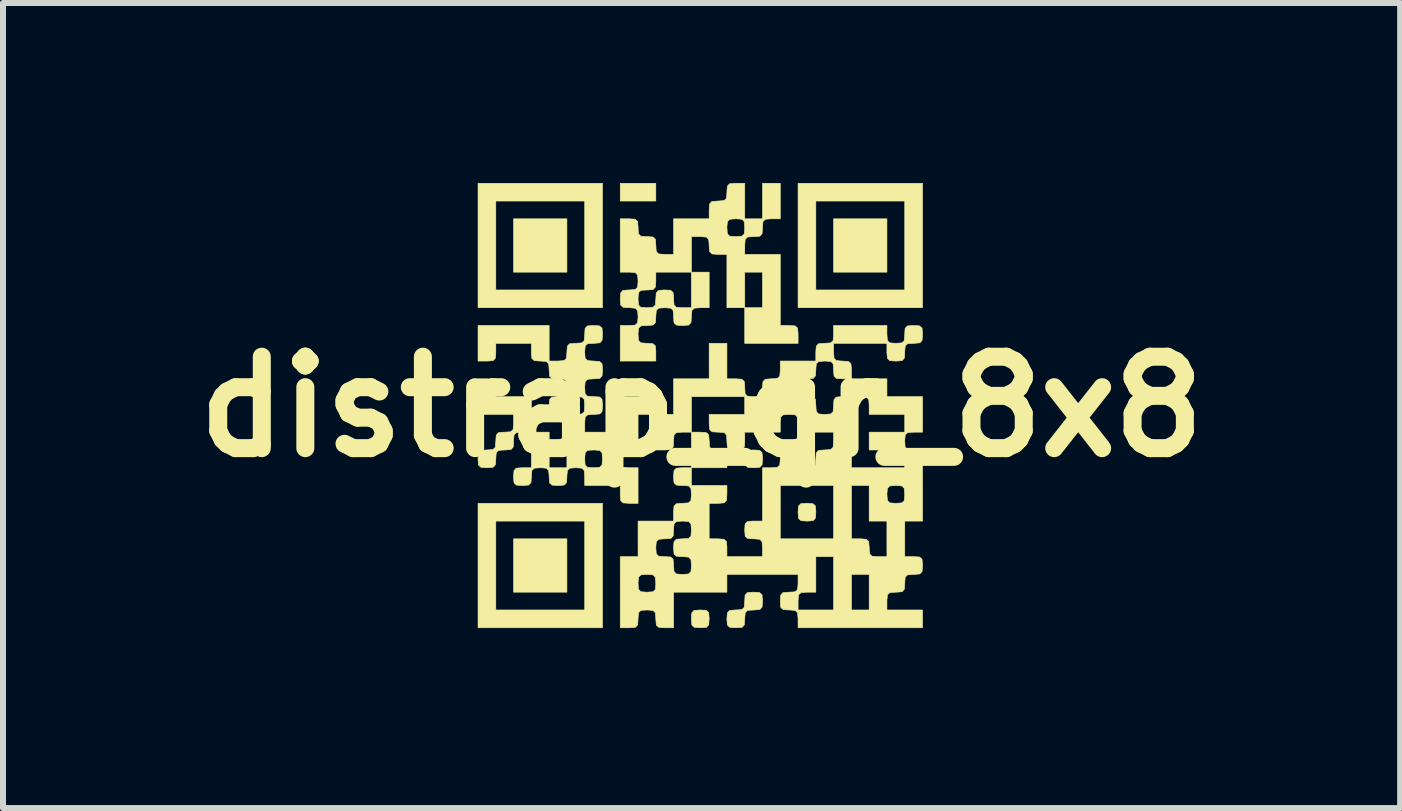
<source format=kicad_pcb>
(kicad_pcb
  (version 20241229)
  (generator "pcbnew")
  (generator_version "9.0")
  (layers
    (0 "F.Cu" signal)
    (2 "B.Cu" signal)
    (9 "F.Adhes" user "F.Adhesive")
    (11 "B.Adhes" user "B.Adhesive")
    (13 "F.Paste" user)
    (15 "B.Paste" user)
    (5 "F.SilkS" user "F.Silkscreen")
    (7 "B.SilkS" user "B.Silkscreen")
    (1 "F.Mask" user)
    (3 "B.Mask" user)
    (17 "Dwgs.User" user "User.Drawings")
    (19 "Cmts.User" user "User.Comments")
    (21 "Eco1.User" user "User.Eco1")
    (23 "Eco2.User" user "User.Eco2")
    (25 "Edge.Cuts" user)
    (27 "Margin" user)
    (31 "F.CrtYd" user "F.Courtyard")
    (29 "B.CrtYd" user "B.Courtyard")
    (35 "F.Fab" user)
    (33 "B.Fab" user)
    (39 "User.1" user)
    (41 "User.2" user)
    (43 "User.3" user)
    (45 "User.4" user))
  (footprint "distrap_qr_8x8"
    (layer "F.Cu")
    (at 8.643 3.73)
    (property "Reference" "distrap_qr_8x8" (at 0 0 0) (layer "F.SilkS") (effects (font (size 1.524 1.524) (thickness 0.3))))
    (attr through_hole)
    (fp_poly (pts (xy -2.244 -2.244) (xy -3.133 -2.244) (xy -3.133 -3.133) (xy -2.244 -3.133) (xy -2.244 -2.244)) (stroke (width 0.01) (type solid)) (fill yes) (layer "F.SilkS"))
    (fp_poly (pts (xy -2.244 3.09) (xy -3.133 3.09) (xy -3.133 2.201) (xy -2.244 2.201) (xy -2.244 3.09)) (stroke (width 0.01) (type solid)) (fill yes) (layer "F.SilkS"))
    (fp_poly (pts (xy -0.762 -3.429) (xy -1.355 -3.429) (xy -1.355 -3.725) (xy -0.762 -3.725) (xy -0.762 -3.429)) (stroke (width 0.01) (type solid)) (fill yes) (layer "F.SilkS"))
    (fp_poly (pts (xy 3.09 -2.244) (xy 2.201 -2.244) (xy 2.201 -3.133) (xy 3.09 -3.133) (xy 3.09 -2.244)) (stroke (width 0.01) (type solid)) (fill yes) (layer "F.SilkS"))
    (fp_poly (pts (xy -1.651 -1.651) (xy -3.725 -1.651) (xy -3.725 -3.429) (xy -3.429 -3.429) (xy -3.429 -1.947) (xy -1.947 -1.947) (xy -1.947 -3.429) (xy -3.429 -3.429) (xy -3.725 -3.429) (xy -3.725 -3.725) (xy -1.651 -3.725) (xy -1.651 -1.651)) (stroke (width 0.01) (type solid)) (fill yes) (layer "F.SilkS"))
    (fp_poly (pts (xy -1.651 3.683) (xy -3.725 3.683) (xy -3.725 1.905) (xy -3.429 1.905) (xy -3.429 3.387) (xy -1.947 3.387) (xy -1.947 1.905) (xy -3.429 1.905) (xy -3.725 1.905) (xy -3.725 1.609) (xy -1.651 1.609) (xy -1.651 3.683)) (stroke (width 0.01) (type solid)) (fill yes) (layer "F.SilkS"))
    (fp_poly (pts (xy 3.683 -1.651) (xy 1.609 -1.651) (xy 1.609 -3.429) (xy 1.905 -3.429) (xy 1.905 -1.947) (xy 3.387 -1.947) (xy 3.387 -3.429) (xy 1.905 -3.429) (xy 1.609 -3.429) (xy 1.609 -3.725) (xy 3.683 -3.725) (xy 3.683 -1.651)) (stroke (width 0.01) (type solid)) (fill yes) (layer "F.SilkS"))
    (fp_poly (pts (xy 0.078 3.393) (xy 0.119 3.43) (xy 0.127 3.524) (xy 0.127 3.535) (xy 0.12 3.634) (xy 0.083 3.675) (xy -0.01 3.683) (xy -0.021 3.683) (xy -0.12 3.676) (xy -0.161 3.639) (xy -0.169 3.546) (xy -0.169 3.535) (xy -0.163 3.436) (xy -0.126 3.395) (xy -0.032 3.387) (xy -0.021 3.387) (xy 0.078 3.393)) (stroke (width 0.01) (type solid)) (fill yes) (layer "F.SilkS"))
    (fp_poly (pts (xy 0.967 0.726) (xy 1.008 0.763) (xy 1.016 0.857) (xy 1.016 0.868) (xy 1.009 0.967) (xy 0.972 1.008) (xy 0.879 1.016) (xy 0.868 1.016) (xy 0.769 1.009) (xy 0.728 0.972) (xy 0.72 0.879) (xy 0.72 0.868) (xy 0.726 0.769) (xy 0.763 0.728) (xy 0.857 0.72) (xy 0.868 0.72) (xy 0.967 0.726)) (stroke (width 0.01) (type solid)) (fill yes) (layer "F.SilkS"))
    (fp_poly (pts (xy 1.856 1.615) (xy 1.897 1.652) (xy 1.905 1.746) (xy 1.905 1.757) (xy 1.898 1.856) (xy 1.861 1.897) (xy 1.768 1.905) (xy 1.757 1.905) (xy 1.658 1.898) (xy 1.617 1.861) (xy 1.609 1.768) (xy 1.609 1.757) (xy 1.615 1.658) (xy 1.652 1.617) (xy 1.746 1.609) (xy 1.757 1.609) (xy 1.856 1.615)) (stroke (width 0.01) (type solid)) (fill yes) (layer "F.SilkS"))
    (fp_poly (pts (xy 0.967 3.097) (xy 1.008 3.134) (xy 1.016 3.227) (xy 1.016 3.239) (xy 1.009 3.338) (xy 0.972 3.379) (xy 0.879 3.387) (xy 0.868 3.387) (xy 0.769 3.393) (xy 0.728 3.43) (xy 0.72 3.524) (xy 0.72 3.535) (xy 0.713 3.634) (xy 0.676 3.675) (xy 0.583 3.683) (xy 0.572 3.683) (xy 0.472 3.676) (xy 0.431 3.639) (xy 0.423 3.546) (xy 0.423 3.535) (xy 0.43 3.436) (xy 0.467 3.395) (xy 0.56 3.387) (xy 0.572 3.387) (xy 0.671 3.38) (xy 0.712 3.343) (xy 0.72 3.25) (xy 0.72 3.239) (xy 0.726 3.139) (xy 0.763 3.098) (xy 0.857 3.09) (xy 0.868 3.09) (xy 0.967 3.097)) (stroke (width 0.01) (type solid)) (fill yes) (layer "F.SilkS"))
    (fp_poly (pts (xy -3.478 -0.459) (xy -3.437 -0.422) (xy -3.429 -0.329) (xy -3.429 -0.318) (xy -3.429 -0.169) (xy -2.836 -0.169) (xy -2.836 0.423) (xy -2.985 0.423) (xy -3.084 0.43) (xy -3.125 0.467) (xy -3.133 0.56) (xy -3.133 0.572) (xy -3.139 0.671) (xy -3.176 0.712) (xy -3.27 0.72) (xy -3.281 0.72) (xy -3.38 0.726) (xy -3.421 0.763) (xy -3.429 0.857) (xy -3.429 0.868) (xy -3.436 0.967) (xy -3.473 1.008) (xy -3.566 1.016) (xy -3.577 1.016) (xy -3.676 1.009) (xy -3.717 0.972) (xy -3.725 0.879) (xy -3.725 0.868) (xy -3.719 0.769) (xy -3.682 0.728) (xy -3.588 0.72) (xy -3.577 0.72) (xy -3.478 0.713) (xy -3.437 0.676) (xy -3.429 0.583) (xy -3.429 0.572) (xy -3.422 0.472) (xy -3.385 0.431) (xy -3.292 0.423) (xy -3.281 0.423) (xy -3.182 0.417) (xy -3.141 0.38) (xy -3.133 0.286) (xy -3.133 0.275) (xy -3.133 0.127) (xy -3.725 0.127) (xy -3.725 -0.466) (xy -3.577 -0.466) (xy -3.478 -0.459)) (stroke (width 0.01) (type solid)) (fill yes) (layer "F.SilkS"))
    (fp_poly (pts (xy 0.127 -2.244) (xy 0.127 -1.651) (xy -0.021 -1.651) (xy -0.12 -1.644) (xy -0.161 -1.607) (xy -0.169 -1.514) (xy -0.169 -1.503) (xy -0.176 -1.404) (xy -0.213 -1.363) (xy -0.306 -1.355) (xy -0.318 -1.355) (xy -0.417 -1.361) (xy -0.458 -1.398) (xy -0.466 -1.492) (xy -0.466 -1.503) (xy -0.472 -1.602) (xy -0.509 -1.643) (xy -0.603 -1.651) (xy -0.614 -1.651) (xy -0.713 -1.644) (xy -0.754 -1.607) (xy -0.762 -1.514) (xy -0.762 -1.503) (xy -0.769 -1.404) (xy -0.806 -1.363) (xy -0.899 -1.355) (xy -0.91 -1.355) (xy -1.009 -1.348) (xy -1.05 -1.311) (xy -1.058 -1.218) (xy -1.058 -1.206) (xy -1.052 -1.107) (xy -1.015 -1.066) (xy -0.921 -1.058) (xy -0.91 -1.058) (xy -0.811 -1.052) (xy -0.77 -1.015) (xy -0.762 -0.921) (xy -0.762 -0.91) (xy -0.762 -0.762) (xy -1.355 -0.762) (xy -1.355 -1.355) (xy -1.206 -1.355) (xy -1.107 -1.361) (xy -1.066 -1.398) (xy -1.058 -1.492) (xy -1.058 -1.503) (xy -1.065 -1.602) (xy -1.102 -1.643) (xy -1.195 -1.651) (xy -1.206 -1.651) (xy -1.306 -1.658) (xy -1.347 -1.695) (xy -1.355 -1.788) (xy -1.355 -1.799) (xy -1.058 -1.799) (xy -1.052 -1.7) (xy -1.015 -1.659) (xy -0.921 -1.651) (xy -0.91 -1.651) (xy -0.811 -1.658) (xy -0.77 -1.695) (xy -0.762 -1.788) (xy -0.762 -1.799) (xy -0.755 -1.898) (xy -0.718 -1.939) (xy -0.625 -1.947) (xy -0.614 -1.947) (xy -0.515 -1.941) (xy -0.474 -1.904) (xy -0.466 -1.81) (xy -0.466 -1.799) (xy -0.459 -1.7) (xy -0.422 -1.659) (xy -0.329 -1.651) (xy -0.318 -1.651) (xy -0.169 -1.651) (xy -0.169 -2.244) (xy -0.762 -2.244) (xy -0.762 -2.095) (xy -0.769 -1.996) (xy -0.806 -1.955) (xy -0.899 -1.947) (xy -0.91 -1.947) (xy -1.009 -1.941) (xy -1.05 -1.904) (xy -1.058 -1.81) (xy -1.058 -1.799) (xy -1.355 -1.799) (xy -1.348 -1.898) (xy -1.311 -1.939) (xy -1.218 -1.947) (xy -1.206 -1.947) (xy -1.107 -1.954) (xy -1.066 -1.991) (xy -1.058 -2.084) (xy -1.058 -2.095) (xy -1.065 -2.195) (xy -1.102 -2.236) (xy -1.195 -2.244) (xy -1.206 -2.244) (xy -1.355 -2.244) (xy -1.355 -3.133) (xy -1.206 -3.133) (xy -1.107 -3.126) (xy -1.066 -3.089) (xy -1.058 -2.996) (xy -1.058 -2.985) (xy -1.052 -2.885) (xy -1.015 -2.844) (xy -0.921 -2.836) (xy -0.91 -2.836) (xy -0.811 -2.83) (xy -0.77 -2.793) (xy -0.762 -2.699) (xy -0.762 -2.688) (xy -0.755 -2.589) (xy -0.718 -2.548) (xy -0.625 -2.54) (xy -0.614 -2.54) (xy -0.466 -2.54) (xy -0.466 -2.985) (xy 0.423 -2.985) (xy 0.43 -2.885) (xy 0.467 -2.844) (xy 0.56 -2.836) (xy 0.572 -2.836) (xy 0.671 -2.843) (xy 0.712 -2.88) (xy 0.72 -2.973) (xy 0.72 -2.985) (xy 0.713 -3.084) (xy 0.676 -3.125) (xy 0.583 -3.133) (xy 0.572 -3.133) (xy 0.472 -3.126) (xy 0.431 -3.089) (xy 0.423 -2.996) (xy 0.423 -2.985) (xy -0.466 -2.985) (xy -0.466 -3.133) (xy 0.127 -3.133) (xy 0.127 -3.281) (xy 0.134 -3.38) (xy 0.171 -3.421) (xy 0.264 -3.429) (xy 0.275 -3.429) (xy 0.374 -3.436) (xy 0.415 -3.473) (xy 0.423 -3.566) (xy 0.423 -3.577) (xy 0.43 -3.676) (xy 0.467 -3.717) (xy 0.56 -3.725) (xy 0.572 -3.725) (xy 0.72 -3.725) (xy 0.72 -3.133) (xy 1.016 -3.133) (xy 1.016 -3.725) (xy 1.312 -3.725) (xy 1.312 -3.133) (xy 1.164 -3.133) (xy 1.065 -3.126) (xy 1.024 -3.089) (xy 1.016 -2.996) (xy 1.016 -2.985) (xy 1.009 -2.885) (xy 0.972 -2.844) (xy 0.879 -2.836) (xy 0.868 -2.836) (xy 0.769 -2.83) (xy 0.728 -2.793) (xy 0.72 -2.699) (xy 0.72 -2.688) (xy 0.72 -2.54) (xy 1.312 -2.54) (xy 1.312 -1.355) (xy 1.46 -1.355) (xy 1.56 -1.348) (xy 1.601 -1.311) (xy 1.609 -1.218) (xy 1.609 -1.206) (xy 1.609 -1.058) (xy 0.72 -1.058) (xy 0.72 -1.651) (xy 0.423 -1.651) (xy 0.423 -2.244) (xy 0.72 -2.244) (xy 0.72 -1.651) (xy 1.016 -1.651) (xy 1.016 -2.244) (xy 0.72 -2.244) (xy 0.423 -2.244) (xy 0.423 -2.54) (xy 0.275 -2.54) (xy 0.176 -2.547) (xy 0.135 -2.584) (xy 0.127 -2.677) (xy 0.127 -2.688) (xy 0.12 -2.787) (xy 0.083 -2.828) (xy -0.01 -2.836) (xy -0.021 -2.836) (xy -0.169 -2.836) (xy -0.169 -2.244) (xy 0.127 -2.244)) (stroke (width 0.01) (type solid)) (fill yes) (layer "F.SilkS"))
    (fp_poly (pts (xy -0.318 0.423) (xy -0.417 0.43) (xy -0.458 0.467) (xy -0.466 0.56) (xy -0.466 0.572) (xy -0.472 0.671) (xy -0.509 0.712) (xy -0.603 0.72) (xy -0.614 0.72) (xy -0.762 0.72) (xy -0.762 0.127) (xy -1.058 0.127) (xy -1.058 0.72) (xy -1.206 0.72) (xy -1.306 0.726) (xy -1.347 0.763) (xy -1.355 0.857) (xy -1.355 0.868) (xy -1.348 0.967) (xy -1.311 1.008) (xy -1.218 1.016) (xy -1.206 1.016) (xy -1.058 1.016) (xy -1.058 1.609) (xy -1.206 1.609) (xy -1.306 1.602) (xy -1.347 1.565) (xy -1.355 1.472) (xy -1.355 1.46) (xy -1.355 1.312) (xy -1.947 1.312) (xy -1.947 1.164) (xy -1.954 1.065) (xy -1.991 1.024) (xy -2.084 1.016) (xy -2.095 1.016) (xy -2.195 1.023) (xy -2.236 1.06) (xy -2.244 1.153) (xy -2.244 1.164) (xy -2.25 1.263) (xy -2.287 1.304) (xy -2.381 1.312) (xy -2.392 1.312) (xy -2.491 1.306) (xy -2.532 1.269) (xy -2.54 1.175) (xy -2.54 1.164) (xy -2.547 1.065) (xy -2.584 1.024) (xy -2.677 1.016) (xy -2.688 1.016) (xy -2.787 1.023) (xy -2.828 1.06) (xy -2.836 1.153) (xy -2.836 1.164) (xy -2.843 1.263) (xy -2.88 1.304) (xy -2.973 1.312) (xy -2.985 1.312) (xy -3.084 1.306) (xy -3.125 1.269) (xy -3.133 1.175) (xy -3.133 1.164) (xy -3.126 1.065) (xy -3.089 1.024) (xy -2.996 1.016) (xy -2.985 1.016) (xy -2.836 1.016) (xy -2.836 0.423) (xy -2.54 0.423) (xy -2.54 1.016) (xy -2.244 1.016) (xy -2.244 0.868) (xy -1.947 0.868) (xy -1.941 0.967) (xy -1.904 1.008) (xy -1.81 1.016) (xy -1.799 1.016) (xy -1.7 1.009) (xy -1.659 0.972) (xy -1.651 0.879) (xy -1.651 0.868) (xy -1.658 0.769) (xy -1.695 0.728) (xy -1.788 0.72) (xy -1.799 0.72) (xy -1.898 0.726) (xy -1.939 0.763) (xy -1.947 0.857) (xy -1.947 0.868) (xy -2.244 0.868) (xy -2.244 0.127) (xy -2.392 0.127) (xy -2.491 0.12) (xy -2.532 0.083) (xy -2.54 -0.01) (xy -2.54 -0.021) (xy -2.244 -0.021) (xy -2.237 0.078) (xy -2.2 0.119) (xy -2.107 0.127) (xy -2.095 0.127) (xy -1.996 0.12) (xy -1.955 0.083) (xy -1.947 -0.01) (xy -1.947 -0.021) (xy -1.954 -0.12) (xy -1.991 -0.161) (xy -2.084 -0.169) (xy -2.095 -0.169) (xy -2.195 -0.163) (xy -2.236 -0.126) (xy -2.244 -0.032) (xy -2.244 -0.021) (xy -2.54 -0.021) (xy -2.533 -0.12) (xy -2.496 -0.161) (xy -2.403 -0.169) (xy -2.392 -0.169) (xy -2.293 -0.176) (xy -2.252 -0.213) (xy -2.244 -0.306) (xy -2.244 -0.318) (xy -2.25 -0.417) (xy -2.287 -0.458) (xy -2.381 -0.466) (xy -2.392 -0.466) (xy -2.491 -0.472) (xy -2.532 -0.509) (xy -2.54 -0.603) (xy -2.54 -0.614) (xy -2.547 -0.713) (xy -2.584 -0.754) (xy -2.677 -0.762) (xy -2.688 -0.762) (xy -2.787 -0.769) (xy -2.828 -0.806) (xy -2.836 -0.899) (xy -2.836 -0.91) (xy -2.836 -1.058) (xy -3.429 -1.058) (xy -3.429 -0.91) (xy -3.436 -0.811) (xy -3.473 -0.77) (xy -3.566 -0.762) (xy -3.577 -0.762) (xy -3.725 -0.762) (xy -3.725 -1.355) (xy -2.54 -1.355) (xy -2.54 -0.762) (xy -2.392 -0.762) (xy -2.293 -0.769) (xy -2.252 -0.806) (xy -2.244 -0.899) (xy -2.244 -0.91) (xy -2.237 -1.009) (xy -2.2 -1.05) (xy -2.107 -1.058) (xy -2.095 -1.058) (xy -1.996 -1.065) (xy -1.955 -1.102) (xy -1.947 -1.195) (xy -1.947 -1.206) (xy -1.941 -1.306) (xy -1.904 -1.347) (xy -1.81 -1.355) (xy -1.799 -1.355) (xy -1.7 -1.348) (xy -1.659 -1.311) (xy -1.651 -1.218) (xy -1.651 -1.206) (xy -1.658 -1.107) (xy -1.695 -1.066) (xy -1.788 -1.058) (xy -1.799 -1.058) (xy -1.898 -1.052) (xy -1.939 -1.015) (xy -1.947 -0.921) (xy -1.947 -0.91) (xy -1.941 -0.811) (xy -1.904 -0.77) (xy -1.81 -0.762) (xy -1.799 -0.762) (xy -1.7 -0.755) (xy -1.659 -0.718) (xy -1.651 -0.625) (xy -1.651 -0.614) (xy -1.658 -0.515) (xy -1.695 -0.474) (xy -1.788 -0.466) (xy -1.799 -0.466) (xy -1.898 -0.459) (xy -1.939 -0.422) (xy -1.947 -0.329) (xy -1.947 -0.318) (xy -1.941 -0.218) (xy -1.904 -0.177) (xy -1.81 -0.169) (xy -1.799 -0.169) (xy -1.7 -0.163) (xy -1.659 -0.126) (xy -1.651 -0.032) (xy -1.651 -0.021) (xy -1.658 0.078) (xy -1.695 0.119) (xy -1.788 0.127) (xy -1.799 0.127) (xy -1.898 0.134) (xy -1.939 0.171) (xy -1.947 0.264) (xy -1.947 0.275) (xy -1.947 0.423) (xy -1.355 0.423) (xy -1.355 -0.169) (xy -0.762 -0.169) (xy -0.762 -0.021) (xy -0.755 0.078) (xy -0.718 0.119) (xy -0.625 0.127) (xy -0.614 0.127) (xy -0.466 0.127) (xy -0.466 -0.466) (xy 0.127 -0.466) (xy 0.127 -1.058) (xy 0.423 -1.058) (xy 0.423 -0.466) (xy 0.572 -0.466) (xy 0.671 -0.459) (xy 0.712 -0.422) (xy 0.72 -0.329) (xy 0.72 -0.318) (xy 0.726 -0.218) (xy 0.763 -0.177) (xy 0.857 -0.169) (xy 0.868 -0.169) (xy 0.967 -0.176) (xy 1.008 -0.213) (xy 1.016 -0.306) (xy 1.016 -0.318) (xy 1.609 -0.318) (xy 1.615 -0.218) (xy 1.652 -0.177) (xy 1.746 -0.169) (xy 1.757 -0.169) (xy 1.856 -0.163) (xy 1.897 -0.126) (xy 1.905 -0.032) (xy 1.905 -0.021) (xy 1.912 0.078) (xy 1.949 0.119) (xy 2.042 0.127) (xy 2.053 0.127) (xy 2.152 0.12) (xy 2.193 0.083) (xy 2.201 -0.01) (xy 2.201 -0.021) (xy 2.208 -0.12) (xy 2.245 -0.161) (xy 2.338 -0.169) (xy 2.349 -0.169) (xy 2.498 -0.169) (xy 2.498 1.016) (xy 3.387 1.016) (xy 3.387 0.72) (xy 2.794 0.72) (xy 2.794 0.423) (xy 3.387 0.423) (xy 3.387 0.127) (xy 2.794 0.127) (xy 2.794 -0.021) (xy 2.787 -0.12) (xy 2.75 -0.161) (xy 2.657 -0.169) (xy 2.646 -0.169) (xy 2.547 -0.176) (xy 2.506 -0.213) (xy 2.498 -0.306) (xy 2.498 -0.318) (xy 2.491 -0.417) (xy 2.454 -0.458) (xy 2.361 -0.466) (xy 2.349 -0.466) (xy 2.25 -0.472) (xy 2.209 -0.509) (xy 2.201 -0.603) (xy 2.201 -0.614) (xy 2.195 -0.713) (xy 2.158 -0.754) (xy 2.064 -0.762) (xy 2.053 -0.762) (xy 1.954 -0.755) (xy 1.913 -0.718) (xy 1.905 -0.625) (xy 1.905 -0.614) (xy 1.898 -0.515) (xy 1.861 -0.474) (xy 1.768 -0.466) (xy 1.757 -0.466) (xy 1.658 -0.459) (xy 1.617 -0.422) (xy 1.609 -0.329) (xy 1.609 -0.318) (xy 1.016 -0.318) (xy 1.023 -0.417) (xy 1.06 -0.458) (xy 1.153 -0.466) (xy 1.164 -0.466) (xy 1.263 -0.472) (xy 1.304 -0.509) (xy 1.312 -0.603) (xy 1.312 -0.614) (xy 1.312 -0.762) (xy 1.905 -0.762) (xy 1.905 -0.91) (xy 1.912 -1.009) (xy 1.949 -1.05) (xy 2.042 -1.058) (xy 2.053 -1.058) (xy 2.152 -1.065) (xy 2.193 -1.102) (xy 2.201 -1.195) (xy 2.201 -1.206) (xy 2.201 -1.355) (xy 3.09 -1.355) (xy 3.09 -1.206) (xy 3.097 -1.107) (xy 3.134 -1.066) (xy 3.227 -1.058) (xy 3.239 -1.058) (xy 3.338 -1.065) (xy 3.379 -1.102) (xy 3.387 -1.195) (xy 3.387 -1.206) (xy 3.393 -1.306) (xy 3.43 -1.347) (xy 3.524 -1.355) (xy 3.535 -1.355) (xy 3.634 -1.348) (xy 3.675 -1.311) (xy 3.683 -1.218) (xy 3.683 -1.206) (xy 3.676 -1.107) (xy 3.639 -1.066) (xy 3.546 -1.058) (xy 3.535 -1.058) (xy 3.436 -1.052) (xy 3.395 -1.015) (xy 3.387 -0.921) (xy 3.387 -0.91) (xy 3.38 -0.811) (xy 3.343 -0.77) (xy 3.25 -0.762) (xy 3.239 -0.762) (xy 3.139 -0.769) (xy 3.098 -0.806) (xy 3.09 -0.899) (xy 3.09 -0.91) (xy 3.09 -1.058) (xy 2.201 -1.058) (xy 2.201 -0.91) (xy 2.208 -0.811) (xy 2.245 -0.77) (xy 2.338 -0.762) (xy 2.349 -0.762) (xy 2.449 -0.755) (xy 2.49 -0.718) (xy 2.498 -0.625) (xy 2.498 -0.614) (xy 2.498 -0.466) (xy 3.09 -0.466) (xy 3.09 -0.169) (xy 3.683 -0.169) (xy 3.683 0.423) (xy 3.535 0.423) (xy 3.436 0.43) (xy 3.395 0.467) (xy 3.387 0.56) (xy 3.387 0.572) (xy 3.393 0.671) (xy 3.43 0.712) (xy 3.524 0.72) (xy 3.535 0.72) (xy 3.683 0.72) (xy 3.683 1.905) (xy 3.387 1.905) (xy 3.387 2.498) (xy 3.535 2.498) (xy 3.634 2.504) (xy 3.675 2.541) (xy 3.683 2.635) (xy 3.683 2.646) (xy 3.676 2.745) (xy 3.639 2.786) (xy 3.546 2.794) (xy 3.535 2.794) (xy 3.436 2.801) (xy 3.395 2.838) (xy 3.387 2.931) (xy 3.387 2.942) (xy 3.38 3.041) (xy 3.343 3.082) (xy 3.25 3.09) (xy 3.239 3.09) (xy 3.139 3.097) (xy 3.098 3.134) (xy 3.09 3.227) (xy 3.09 3.239) (xy 3.09 3.387) (xy 3.683 3.387) (xy 3.683 3.683) (xy 1.609 3.683) (xy 1.609 3.535) (xy 1.602 3.436) (xy 1.565 3.395) (xy 1.472 3.387) (xy 1.46 3.387) (xy 1.361 3.38) (xy 1.32 3.343) (xy 1.312 3.25) (xy 1.312 3.239) (xy 1.609 3.239) (xy 1.609 3.387) (xy 2.201 3.387) (xy 2.201 2.794) (xy 2.498 2.794) (xy 2.498 3.387) (xy 2.794 3.387) (xy 2.794 2.794) (xy 2.498 2.794) (xy 2.201 2.794) (xy 2.201 2.498) (xy 1.905 2.498) (xy 1.905 3.09) (xy 1.757 3.09) (xy 1.658 3.097) (xy 1.617 3.134) (xy 1.609 3.227) (xy 1.609 3.239) (xy 1.312 3.239) (xy 1.319 3.139) (xy 1.356 3.098) (xy 1.449 3.09) (xy 1.46 3.09) (xy 1.56 3.084) (xy 1.601 3.047) (xy 1.609 2.953) (xy 1.609 2.942) (xy 1.609 2.794) (xy 0.423 2.794) (xy 0.423 3.09) (xy -0.466 3.09) (xy -0.466 3.683) (xy -0.614 3.683) (xy -0.713 3.676) (xy -0.754 3.639) (xy -0.762 3.546) (xy -0.762 3.535) (xy -0.769 3.436) (xy -0.806 3.395) (xy -0.899 3.387) (xy -0.91 3.387) (xy -1.009 3.393) (xy -1.05 3.43) (xy -1.058 3.524) (xy -1.058 3.535) (xy -1.065 3.634) (xy -1.102 3.675) (xy -1.195 3.683) (xy -1.206 3.683) (xy -1.355 3.683) (xy -1.355 2.942) (xy -1.058 2.942) (xy -1.052 3.041) (xy -1.015 3.082) (xy -0.921 3.09) (xy -0.91 3.09) (xy -0.811 3.084) (xy -0.77 3.047) (xy -0.762 2.953) (xy -0.762 2.942) (xy -0.769 2.843) (xy -0.806 2.802) (xy -0.899 2.794) (xy -0.91 2.794) (xy -1.009 2.801) (xy -1.05 2.838) (xy -1.058 2.931) (xy -1.058 2.942) (xy -1.355 2.942) (xy -1.355 2.498) (xy -1.058 2.498) (xy -1.058 2.349) (xy -0.762 2.349) (xy -0.755 2.449) (xy -0.718 2.49) (xy -0.625 2.498) (xy -0.614 2.498) (xy -0.515 2.504) (xy -0.474 2.541) (xy -0.466 2.635) (xy -0.466 2.646) (xy -0.459 2.745) (xy -0.422 2.786) (xy -0.329 2.794) (xy -0.318 2.794) (xy -0.218 2.787) (xy -0.177 2.75) (xy -0.169 2.657) (xy -0.169 2.646) (xy -0.176 2.547) (xy -0.213 2.506) (xy -0.306 2.498) (xy -0.318 2.498) (xy -0.417 2.491) (xy -0.458 2.454) (xy -0.466 2.361) (xy -0.466 2.349) (xy -0.459 2.25) (xy -0.422 2.209) (xy -0.329 2.201) (xy -0.318 2.201) (xy -0.218 2.195) (xy -0.177 2.158) (xy -0.169 2.064) (xy -0.169 2.053) (xy -0.176 1.954) (xy -0.213 1.913) (xy -0.306 1.905) (xy -0.318 1.905) (xy -0.417 1.912) (xy -0.458 1.949) (xy -0.466 2.042) (xy -0.466 2.053) (xy -0.472 2.152) (xy -0.509 2.193) (xy -0.603 2.201) (xy -0.614 2.201) (xy -0.713 2.208) (xy -0.754 2.245) (xy -0.762 2.338) (xy -0.762 2.349) (xy -1.058 2.349) (xy -1.058 1.905) (xy -0.466 1.905) (xy -0.466 1.757) (xy -0.459 1.658) (xy -0.422 1.617) (xy -0.329 1.609) (xy -0.318 1.609) (xy -0.218 1.602) (xy -0.177 1.565) (xy -0.169 1.472) (xy -0.169 1.46) (xy -0.176 1.361) (xy -0.213 1.32) (xy -0.306 1.312) (xy -0.318 1.312) (xy -0.417 1.306) (xy -0.458 1.269) (xy -0.466 1.175) (xy -0.466 1.164) (xy -0.459 1.065) (xy -0.422 1.024) (xy -0.329 1.016) (xy -0.318 1.016) (xy -0.169 1.016) (xy -0.169 1.312) (xy 0.423 1.312) (xy 0.423 1.46) (xy 0.417 1.56) (xy 0.38 1.601) (xy 0.286 1.609) (xy 0.275 1.609) (xy 0.127 1.609) (xy 0.127 2.201) (xy 0.275 2.201) (xy 0.374 2.208) (xy 0.415 2.245) (xy 0.423 2.338) (xy 0.423 2.349) (xy 0.423 2.498) (xy 1.016 2.498) (xy 1.016 2.349) (xy 1.009 2.25) (xy 0.972 2.209) (xy 0.879 2.201) (xy 0.868 2.201) (xy 0.769 2.195) (xy 0.728 2.158) (xy 0.72 2.064) (xy 0.72 2.053) (xy 0.726 1.954) (xy 0.763 1.913) (xy 0.857 1.905) (xy 0.868 1.905) (xy 1.016 1.905) (xy 1.016 1.312) (xy 1.312 1.312) (xy 1.312 2.201) (xy 2.201 2.201) (xy 2.201 1.312) (xy 2.498 1.312) (xy 2.498 2.201) (xy 2.646 2.201) (xy 2.745 2.208) (xy 2.786 2.245) (xy 2.794 2.338) (xy 2.794 2.349) (xy 2.801 2.449) (xy 2.838 2.49) (xy 2.931 2.498) (xy 2.942 2.498) (xy 3.09 2.498) (xy 3.09 1.905) (xy 2.794 1.905) (xy 2.794 1.46) (xy 3.09 1.46) (xy 3.097 1.56) (xy 3.134 1.601) (xy 3.227 1.609) (xy 3.239 1.609) (xy 3.338 1.602) (xy 3.379 1.565) (xy 3.387 1.472) (xy 3.387 1.46) (xy 3.38 1.361) (xy 3.343 1.32) (xy 3.25 1.312) (xy 3.239 1.312) (xy 3.139 1.319) (xy 3.098 1.356) (xy 3.09 1.449) (xy 3.09 1.46) (xy 2.794 1.46) (xy 2.794 1.312) (xy 2.498 1.312) (xy 2.201 1.312) (xy 1.312 1.312) (xy 1.016 1.312) (xy 1.016 1.016) (xy 1.164 1.016) (xy 1.263 1.009) (xy 1.304 0.972) (xy 1.312 0.879) (xy 1.312 0.868) (xy 1.319 0.769) (xy 1.356 0.728) (xy 1.449 0.72) (xy 1.46 0.72) (xy 1.56 0.726) (xy 1.601 0.763) (xy 1.609 0.857) (xy 1.609 0.868) (xy 1.615 0.967) (xy 1.652 1.008) (xy 1.746 1.016) (xy 1.757 1.016) (xy 1.856 1.009) (xy 1.897 0.972) (xy 1.905 0.879) (xy 1.905 0.868) (xy 1.912 0.769) (xy 1.949 0.728) (xy 2.042 0.72) (xy 2.053 0.72) (xy 2.152 0.713) (xy 2.193 0.676) (xy 2.201 0.583) (xy 2.201 0.572) (xy 2.201 0.423) (xy 1.609 0.423) (xy 1.609 0.275) (xy 1.602 0.176) (xy 1.565 0.135) (xy 1.472 0.127) (xy 1.46 0.127) (xy 1.361 0.134) (xy 1.32 0.171) (xy 1.312 0.264) (xy 1.312 0.275) (xy 1.312 0.423) (xy 0.72 0.423) (xy 0.72 0.572) (xy 0.713 0.671) (xy 0.676 0.712) (xy 0.583 0.72) (xy 0.572 0.72) (xy 0.472 0.713) (xy 0.431 0.676) (xy 0.423 0.583) (xy 0.423 0.572) (xy 0.417 0.472) (xy 0.38 0.431) (xy 0.286 0.423) (xy 0.275 0.423) (xy 0.176 0.417) (xy 0.135 0.38) (xy 0.127 0.286) (xy 0.127 0.275) (xy 0.127 0.127) (xy 0.72 0.127) (xy 0.72 -0.169) (xy -0.169 -0.169) (xy -0.169 0.423) (xy -0.021 0.423) (xy 0.078 0.43) (xy 0.119 0.467) (xy 0.127 0.56) (xy 0.127 0.572) (xy 0.134 0.671) (xy 0.171 0.712) (xy 0.264 0.72) (xy 0.275 0.72) (xy 0.374 0.726) (xy 0.415 0.763) (xy 0.423 0.857) (xy 0.423 0.868) (xy 0.423 1.016) (xy -0.169 1.016) (xy -0.169 0.423) (xy -0.318 0.423)) (stroke (width 0.01) (type solid)) (fill yes) (layer "F.SilkS")))
  (gr_rect
    (start -3 -3)
    (end 20.287 10.418)
    (stroke (width 0.1) (type default))
    (fill no)
    (layer "Edge.Cuts")))
</source>
